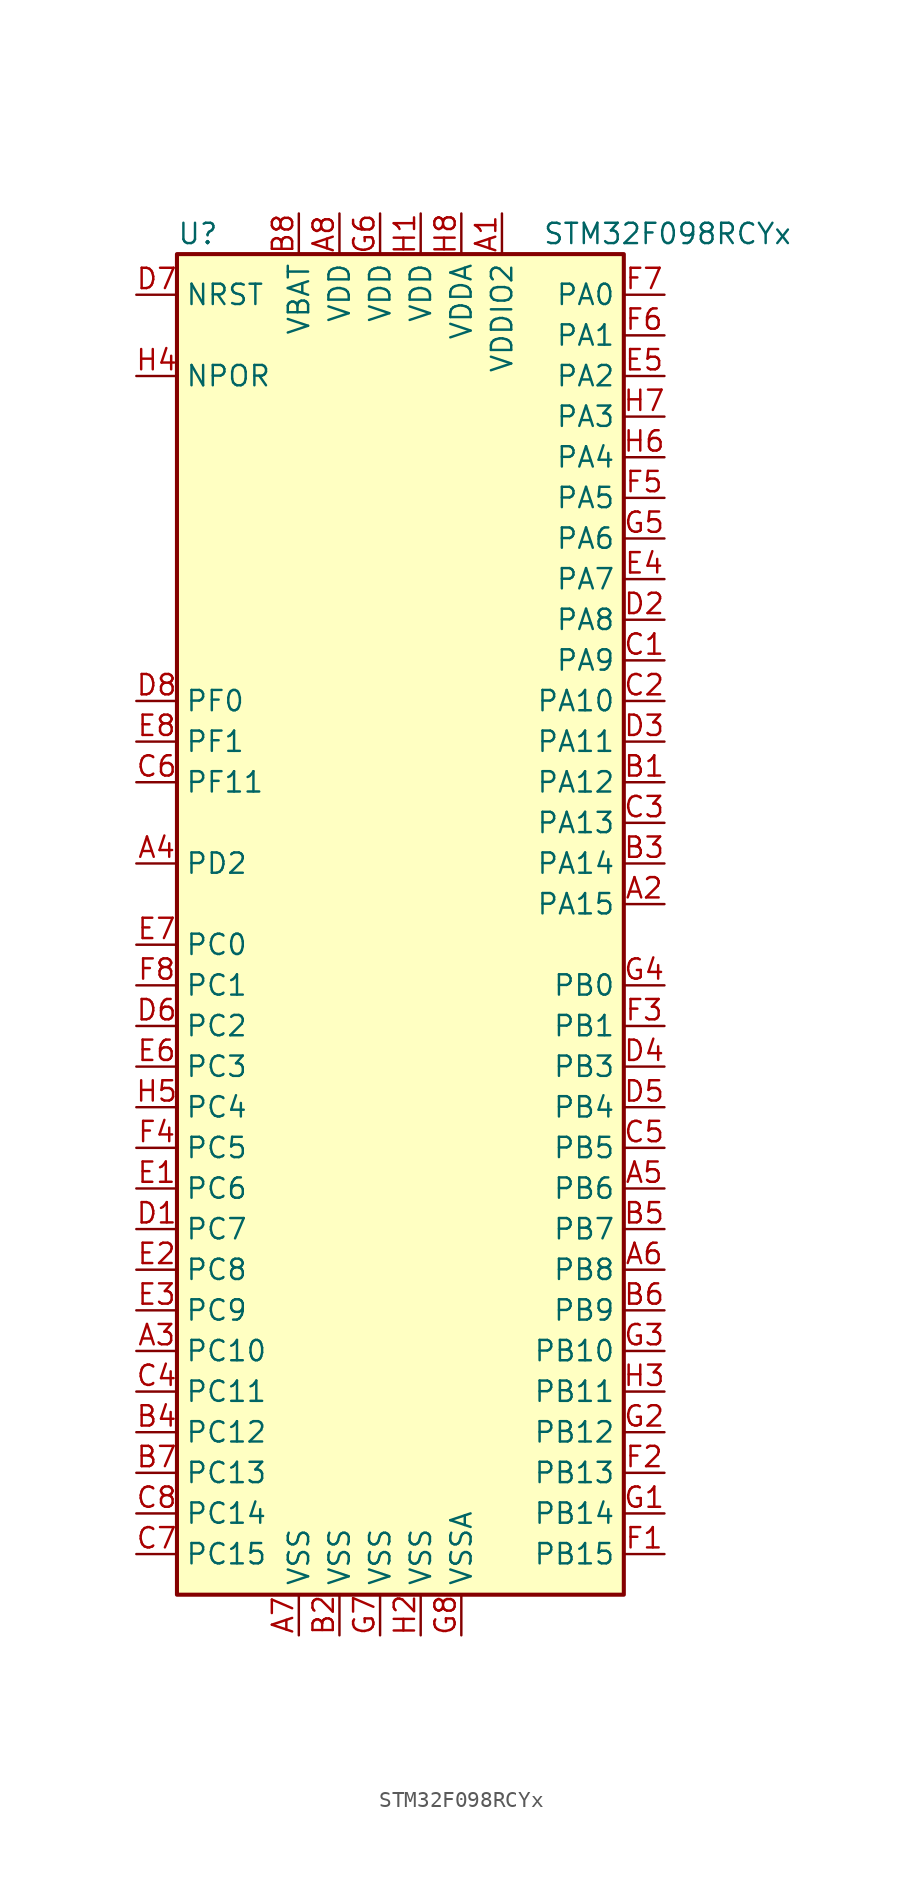
<source format=kicad_sym>
(kicad_symbol_lib
  (version 20201005)
  (generator kicad_symbol_editor)
  (symbol "MCU_ST_STM32F0:STM32F098RCYx"
    (property "Reference" "U"
      (at -15.24 41.91 0)
      (effects (font (size 1.27 1.27)) (justify left)))
    (property "Value" "STM32F098RCYx"
      (at 7.62 41.91 0)
      (effects (font (size 1.27 1.27)) (justify left)))
    (symbol "STM32F098RCYx_0_1"
      (rectangle (start -15.24 -43.18) (end 12.7 40.64) (stroke (width 0.254)) (fill (type background))))
    (symbol "STM32F098RCYx_1_1"
      (pin power_in line (at 5.08 43.18 270) (length 2.54) (name "VDDIO2" (effects (font (size 1.27 1.27)))) (number "A1" (effects (font (size 1.27 1.27)))))
      (pin bidirectional line (at 15.24 0 180) (length 2.54) (name "PA15" (effects (font (size 1.27 1.27)))) (number "A2" (effects (font (size 1.27 1.27)))))
      (pin bidirectional line (at -17.78 -27.94 0) (length 2.54) (name "PC10" (effects (font (size 1.27 1.27)))) (number "A3" (effects (font (size 1.27 1.27)))))
      (pin bidirectional line (at -17.78 2.54 0) (length 2.54) (name "PD2" (effects (font (size 1.27 1.27)))) (number "A4" (effects (font (size 1.27 1.27)))))
      (pin bidirectional line (at 15.24 -17.78 180) (length 2.54) (name "PB6" (effects (font (size 1.27 1.27)))) (number "A5" (effects (font (size 1.27 1.27)))))
      (pin bidirectional line (at 15.24 -22.86 180) (length 2.54) (name "PB8" (effects (font (size 1.27 1.27)))) (number "A6" (effects (font (size 1.27 1.27)))))
      (pin power_in line (at -7.62 -45.72 90) (length 2.54) (name "VSS" (effects (font (size 1.27 1.27)))) (number "A7" (effects (font (size 1.27 1.27)))))
      (pin power_in line (at -5.08 43.18 270) (length 2.54) (name "VDD" (effects (font (size 1.27 1.27)))) (number "A8" (effects (font (size 1.27 1.27)))))
      (pin bidirectional line (at 15.24 7.62 180) (length 2.54) (name "PA12" (effects (font (size 1.27 1.27)))) (number "B1" (effects (font (size 1.27 1.27)))))
      (pin power_in line (at -5.08 -45.72 90) (length 2.54) (name "VSS" (effects (font (size 1.27 1.27)))) (number "B2" (effects (font (size 1.27 1.27)))))
      (pin bidirectional line (at 15.24 2.54 180) (length 2.54) (name "PA14" (effects (font (size 1.27 1.27)))) (number "B3" (effects (font (size 1.27 1.27)))))
      (pin bidirectional line (at -17.78 -33.02 0) (length 2.54) (name "PC12" (effects (font (size 1.27 1.27)))) (number "B4" (effects (font (size 1.27 1.27)))))
      (pin bidirectional line (at 15.24 -20.32 180) (length 2.54) (name "PB7" (effects (font (size 1.27 1.27)))) (number "B5" (effects (font (size 1.27 1.27)))))
      (pin bidirectional line (at 15.24 -25.4 180) (length 2.54) (name "PB9" (effects (font (size 1.27 1.27)))) (number "B6" (effects (font (size 1.27 1.27)))))
      (pin bidirectional line (at -17.78 -35.56 0) (length 2.54) (name "PC13" (effects (font (size 1.27 1.27)))) (number "B7" (effects (font (size 1.27 1.27)))))
      (pin power_in line (at -7.62 43.18 270) (length 2.54) (name "VBAT" (effects (font (size 1.27 1.27)))) (number "B8" (effects (font (size 1.27 1.27)))))
      (pin bidirectional line (at 15.24 15.24 180) (length 2.54) (name "PA9" (effects (font (size 1.27 1.27)))) (number "C1" (effects (font (size 1.27 1.27)))))
      (pin bidirectional line (at 15.24 12.7 180) (length 2.54) (name "PA10" (effects (font (size 1.27 1.27)))) (number "C2" (effects (font (size 1.27 1.27)))))
      (pin bidirectional line (at 15.24 5.08 180) (length 2.54) (name "PA13" (effects (font (size 1.27 1.27)))) (number "C3" (effects (font (size 1.27 1.27)))))
      (pin bidirectional line (at -17.78 -30.48 0) (length 2.54) (name "PC11" (effects (font (size 1.27 1.27)))) (number "C4" (effects (font (size 1.27 1.27)))))
      (pin bidirectional line (at 15.24 -15.24 180) (length 2.54) (name "PB5" (effects (font (size 1.27 1.27)))) (number "C5" (effects (font (size 1.27 1.27)))))
      (pin bidirectional line (at -17.78 7.62 0) (length 2.54) (name "PF11" (effects (font (size 1.27 1.27)))) (number "C6" (effects (font (size 1.27 1.27)))))
      (pin bidirectional line (at -17.78 -40.64 0) (length 2.54) (name "PC15" (effects (font (size 1.27 1.27)))) (number "C7" (effects (font (size 1.27 1.27)))))
      (pin bidirectional line (at -17.78 -38.1 0) (length 2.54) (name "PC14" (effects (font (size 1.27 1.27)))) (number "C8" (effects (font (size 1.27 1.27)))))
      (pin bidirectional line (at -17.78 -20.32 0) (length 2.54) (name "PC7" (effects (font (size 1.27 1.27)))) (number "D1" (effects (font (size 1.27 1.27)))))
      (pin bidirectional line (at 15.24 17.78 180) (length 2.54) (name "PA8" (effects (font (size 1.27 1.27)))) (number "D2" (effects (font (size 1.27 1.27)))))
      (pin bidirectional line (at 15.24 10.16 180) (length 2.54) (name "PA11" (effects (font (size 1.27 1.27)))) (number "D3" (effects (font (size 1.27 1.27)))))
      (pin bidirectional line (at 15.24 -10.16 180) (length 2.54) (name "PB3" (effects (font (size 1.27 1.27)))) (number "D4" (effects (font (size 1.27 1.27)))))
      (pin bidirectional line (at 15.24 -12.7 180) (length 2.54) (name "PB4" (effects (font (size 1.27 1.27)))) (number "D5" (effects (font (size 1.27 1.27)))))
      (pin bidirectional line (at -17.78 -7.62 0) (length 2.54) (name "PC2" (effects (font (size 1.27 1.27)))) (number "D6" (effects (font (size 1.27 1.27)))))
      (pin input line (at -17.78 38.1 0) (length 2.54) (name "NRST" (effects (font (size 1.27 1.27)))) (number "D7" (effects (font (size 1.27 1.27)))))
      (pin input line (at -17.78 12.7 0) (length 2.54) (name "PF0" (effects (font (size 1.27 1.27)))) (number "D8" (effects (font (size 1.27 1.27)))))
      (pin bidirectional line (at -17.78 -17.78 0) (length 2.54) (name "PC6" (effects (font (size 1.27 1.27)))) (number "E1" (effects (font (size 1.27 1.27)))))
      (pin bidirectional line (at -17.78 -22.86 0) (length 2.54) (name "PC8" (effects (font (size 1.27 1.27)))) (number "E2" (effects (font (size 1.27 1.27)))))
      (pin bidirectional line (at -17.78 -25.4 0) (length 2.54) (name "PC9" (effects (font (size 1.27 1.27)))) (number "E3" (effects (font (size 1.27 1.27)))))
      (pin bidirectional line (at 15.24 20.32 180) (length 2.54) (name "PA7" (effects (font (size 1.27 1.27)))) (number "E4" (effects (font (size 1.27 1.27)))))
      (pin bidirectional line (at 15.24 33.02 180) (length 2.54) (name "PA2" (effects (font (size 1.27 1.27)))) (number "E5" (effects (font (size 1.27 1.27)))))
      (pin bidirectional line (at -17.78 -10.16 0) (length 2.54) (name "PC3" (effects (font (size 1.27 1.27)))) (number "E6" (effects (font (size 1.27 1.27)))))
      (pin bidirectional line (at -17.78 -2.54 0) (length 2.54) (name "PC0" (effects (font (size 1.27 1.27)))) (number "E7" (effects (font (size 1.27 1.27)))))
      (pin input line (at -17.78 10.16 0) (length 2.54) (name "PF1" (effects (font (size 1.27 1.27)))) (number "E8" (effects (font (size 1.27 1.27)))))
      (pin bidirectional line (at 15.24 -40.64 180) (length 2.54) (name "PB15" (effects (font (size 1.27 1.27)))) (number "F1" (effects (font (size 1.27 1.27)))))
      (pin bidirectional line (at 15.24 -35.56 180) (length 2.54) (name "PB13" (effects (font (size 1.27 1.27)))) (number "F2" (effects (font (size 1.27 1.27)))))
      (pin bidirectional line (at 15.24 -7.62 180) (length 2.54) (name "PB1" (effects (font (size 1.27 1.27)))) (number "F3" (effects (font (size 1.27 1.27)))))
      (pin bidirectional line (at -17.78 -15.24 0) (length 2.54) (name "PC5" (effects (font (size 1.27 1.27)))) (number "F4" (effects (font (size 1.27 1.27)))))
      (pin bidirectional line (at 15.24 25.4 180) (length 2.54) (name "PA5" (effects (font (size 1.27 1.27)))) (number "F5" (effects (font (size 1.27 1.27)))))
      (pin bidirectional line (at 15.24 35.56 180) (length 2.54) (name "PA1" (effects (font (size 1.27 1.27)))) (number "F6" (effects (font (size 1.27 1.27)))))
      (pin bidirectional line (at 15.24 38.1 180) (length 2.54) (name "PA0" (effects (font (size 1.27 1.27)))) (number "F7" (effects (font (size 1.27 1.27)))))
      (pin bidirectional line (at -17.78 -5.08 0) (length 2.54) (name "PC1" (effects (font (size 1.27 1.27)))) (number "F8" (effects (font (size 1.27 1.27)))))
      (pin bidirectional line (at 15.24 -38.1 180) (length 2.54) (name "PB14" (effects (font (size 1.27 1.27)))) (number "G1" (effects (font (size 1.27 1.27)))))
      (pin bidirectional line (at 15.24 -33.02 180) (length 2.54) (name "PB12" (effects (font (size 1.27 1.27)))) (number "G2" (effects (font (size 1.27 1.27)))))
      (pin bidirectional line (at 15.24 -27.94 180) (length 2.54) (name "PB10" (effects (font (size 1.27 1.27)))) (number "G3" (effects (font (size 1.27 1.27)))))
      (pin bidirectional line (at 15.24 -5.08 180) (length 2.54) (name "PB0" (effects (font (size 1.27 1.27)))) (number "G4" (effects (font (size 1.27 1.27)))))
      (pin bidirectional line (at 15.24 22.86 180) (length 2.54) (name "PA6" (effects (font (size 1.27 1.27)))) (number "G5" (effects (font (size 1.27 1.27)))))
      (pin power_in line (at -2.54 43.18 270) (length 2.54) (name "VDD" (effects (font (size 1.27 1.27)))) (number "G6" (effects (font (size 1.27 1.27)))))
      (pin power_in line (at -2.54 -45.72 90) (length 2.54) (name "VSS" (effects (font (size 1.27 1.27)))) (number "G7" (effects (font (size 1.27 1.27)))))
      (pin power_in line (at 2.54 -45.72 90) (length 2.54) (name "VSSA" (effects (font (size 1.27 1.27)))) (number "G8" (effects (font (size 1.27 1.27)))))
      (pin power_in line (at 0 43.18 270) (length 2.54) (name "VDD" (effects (font (size 1.27 1.27)))) (number "H1" (effects (font (size 1.27 1.27)))))
      (pin power_in line (at 0 -45.72 90) (length 2.54) (name "VSS" (effects (font (size 1.27 1.27)))) (number "H2" (effects (font (size 1.27 1.27)))))
      (pin bidirectional line (at 15.24 -30.48 180) (length 2.54) (name "PB11" (effects (font (size 1.27 1.27)))) (number "H3" (effects (font (size 1.27 1.27)))))
      (pin power_in line (at -17.78 33.02 0) (length 2.54) (name "NPOR" (effects (font (size 1.27 1.27)))) (number "H4" (effects (font (size 1.27 1.27)))))
      (pin bidirectional line (at -17.78 -12.7 0) (length 2.54) (name "PC4" (effects (font (size 1.27 1.27)))) (number "H5" (effects (font (size 1.27 1.27)))))
      (pin bidirectional line (at 15.24 27.94 180) (length 2.54) (name "PA4" (effects (font (size 1.27 1.27)))) (number "H6" (effects (font (size 1.27 1.27)))))
      (pin bidirectional line (at 15.24 30.48 180) (length 2.54) (name "PA3" (effects (font (size 1.27 1.27)))) (number "H7" (effects (font (size 1.27 1.27)))))
      (pin power_in line (at 2.54 43.18 270) (length 2.54) (name "VDDA" (effects (font (size 1.27 1.27)))) (number "H8" (effects (font (size 1.27 1.27))))))))
</source>
